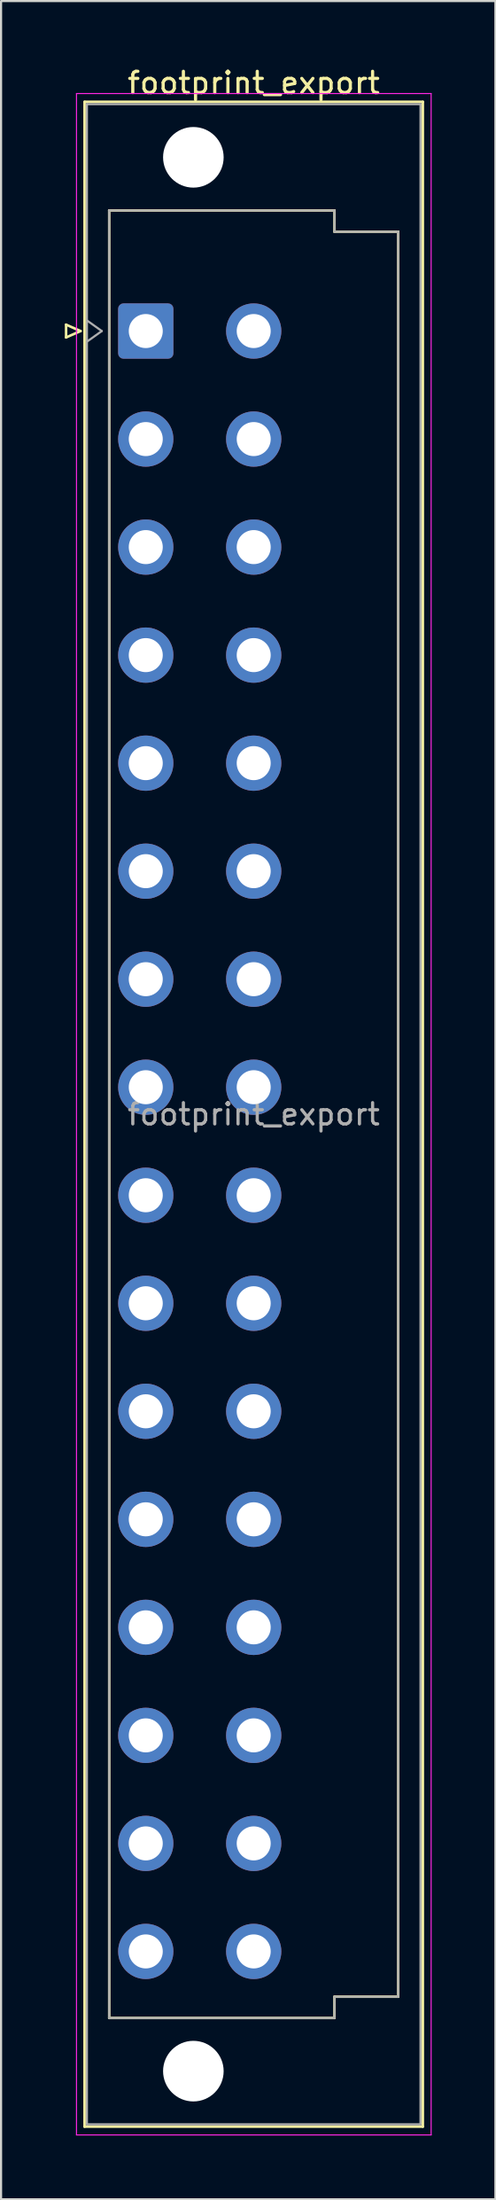
<source format=kicad_pcb>
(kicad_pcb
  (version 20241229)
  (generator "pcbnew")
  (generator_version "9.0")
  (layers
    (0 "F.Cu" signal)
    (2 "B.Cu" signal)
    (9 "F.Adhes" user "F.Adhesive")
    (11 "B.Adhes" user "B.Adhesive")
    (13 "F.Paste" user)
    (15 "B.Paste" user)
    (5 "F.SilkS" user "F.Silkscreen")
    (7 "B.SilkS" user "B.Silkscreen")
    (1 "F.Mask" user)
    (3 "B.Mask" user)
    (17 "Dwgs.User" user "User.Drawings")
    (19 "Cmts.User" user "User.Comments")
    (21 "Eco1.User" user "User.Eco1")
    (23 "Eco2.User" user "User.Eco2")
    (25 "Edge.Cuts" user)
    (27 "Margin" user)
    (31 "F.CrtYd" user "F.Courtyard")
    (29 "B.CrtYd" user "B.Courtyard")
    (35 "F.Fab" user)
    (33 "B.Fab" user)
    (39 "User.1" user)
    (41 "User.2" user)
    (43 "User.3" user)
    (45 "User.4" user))
  (footprint "footprint_export"
    (layer "F.Cu")
    (at 3.81 9.978)
    (property "Reference" "footprint_export" (at 5.08 -9.13 0) (layer "F.SilkS") (effects (font (size 1 1) (thickness 0.15))))
    (attr through_hole)
    (fp_line (start -3.75 2.24) (end -3.75 2.84) (stroke (width 0.12) (type solid)) (layer "F.SilkS"))
    (fp_line (start -3.75 2.84) (end -3.07 2.54) (stroke (width 0.12) (type solid)) (layer "F.SilkS"))
    (fp_line (start -3.07 2.54) (end -3.75 2.24) (stroke (width 0.12) (type solid)) (layer "F.SilkS"))
    (fp_line (start -2.88 -8.24) (end 13.04 -8.24) (stroke (width 0.12) (type solid)) (layer "F.SilkS"))
    (fp_line (start -2.88 86.98) (end -2.88 -8.24) (stroke (width 0.12) (type solid)) (layer "F.SilkS"))
    (fp_line (start -1.72 -3.131) (end 8.88 -3.131) (stroke (width 0.12) (type solid)) (layer "F.SilkS"))
    (fp_line (start -1.72 81.87) (end -1.72 -3.131) (stroke (width 0.12) (type solid)) (layer "F.SilkS"))
    (fp_line (start 8.88 -3.131) (end 8.88 -2.131) (stroke (width 0.12) (type solid)) (layer "F.SilkS"))
    (fp_line (start 8.88 -2.131) (end 11.88 -2.131) (stroke (width 0.12) (type solid)) (layer "F.SilkS"))
    (fp_line (start 8.88 80.87) (end 8.88 81.87) (stroke (width 0.12) (type solid)) (layer "F.SilkS"))
    (fp_line (start 8.88 81.87) (end -1.72 81.87) (stroke (width 0.12) (type solid)) (layer "F.SilkS"))
    (fp_line (start 11.88 -2.131) (end 11.88 80.87) (stroke (width 0.12) (type solid)) (layer "F.SilkS"))
    (fp_line (start 11.88 80.87) (end 8.88 80.87) (stroke (width 0.12) (type solid)) (layer "F.SilkS"))
    (fp_line (start 13.04 -8.24) (end 13.04 86.98) (stroke (width 0.12) (type solid)) (layer "F.SilkS"))
    (fp_line (start 13.04 86.98) (end -2.88 86.98) (stroke (width 0.12) (type solid)) (layer "F.SilkS"))
    (fp_line (start -3.26 -8.63) (end 13.43 -8.63) (stroke (width 0.05) (type solid)) (layer "F.CrtYd"))
    (fp_line (start -3.26 87.37) (end -3.26 -8.63) (stroke (width 0.05) (type solid)) (layer "F.CrtYd"))
    (fp_line (start 13.43 -8.63) (end 13.43 87.37) (stroke (width 0.05) (type solid)) (layer "F.CrtYd"))
    (fp_line (start 13.43 87.37) (end -3.26 87.37) (stroke (width 0.05) (type solid)) (layer "F.CrtYd"))
    (fp_line (start -2.77 -8.13) (end 12.93 -8.13) (stroke (width 0.1) (type solid)) (layer "F.Fab"))
    (fp_line (start -2.77 2.04) (end -2.07 2.54) (stroke (width 0.1) (type solid)) (layer "F.Fab"))
    (fp_line (start -2.77 86.87) (end -2.77 -8.13) (stroke (width 0.1) (type solid)) (layer "F.Fab"))
    (fp_line (start -2.07 2.54) (end -2.77 3.04) (stroke (width 0.1) (type solid)) (layer "F.Fab"))
    (fp_line (start -1.72 -3.13) (end 8.88 -3.13) (stroke (width 0.1) (type solid)) (layer "F.Fab"))
    (fp_line (start -1.72 81.87) (end -1.72 -3.13) (stroke (width 0.1) (type solid)) (layer "F.Fab"))
    (fp_line (start 8.88 -3.13) (end 8.88 -2.13) (stroke (width 0.1) (type solid)) (layer "F.Fab"))
    (fp_line (start 8.88 -2.13) (end 11.88 -2.13) (stroke (width 0.1) (type solid)) (layer "F.Fab"))
    (fp_line (start 8.88 80.87) (end 8.88 81.87) (stroke (width 0.1) (type solid)) (layer "F.Fab"))
    (fp_line (start 8.88 81.87) (end -1.72 81.87) (stroke (width 0.1) (type solid)) (layer "F.Fab"))
    (fp_line (start 11.88 -2.13) (end 11.88 80.87) (stroke (width 0.1) (type solid)) (layer "F.Fab"))
    (fp_line (start 11.88 80.87) (end 8.88 80.87) (stroke (width 0.1) (type solid)) (layer "F.Fab"))
    (fp_line (start 12.93 -8.13) (end 12.93 86.87) (stroke (width 0.1) (type solid)) (layer "F.Fab"))
    (fp_line (start 12.93 86.87) (end -2.77 86.87) (stroke (width 0.1) (type solid)) (layer "F.Fab"))
    (fp_text user "${REFERENCE}" (at 5.08 39.37 0) (layer "F.Fab") (effects (font (size 1 1) (thickness 0.15))))
    (pad "" np_thru_hole circle (at 2.24 -5.63) (size 2.85 2.85) (drill 2.85) (layers "*.Cu" "*.Mask"))
    (pad "" np_thru_hole circle (at 2.24 84.37) (size 2.85 2.85) (drill 2.85) (layers "*.Cu" "*.Mask"))
    (pad "a2" thru_hole roundrect (at 0 2.54) (size 2.6 2.6) (drill 1.6) (layers "*.Cu" "*.Mask") (roundrect_rratio 0.096))
    (pad "a4" thru_hole circle (at 0 7.62) (size 2.6 2.6) (drill 1.6) (layers "*.Cu" "*.Mask"))
    (pad "a6" thru_hole circle (at 0 12.7) (size 2.6 2.6) (drill 1.6) (layers "*.Cu" "*.Mask"))
    (pad "a8" thru_hole circle (at 0 17.78) (size 2.6 2.6) (drill 1.6) (layers "*.Cu" "*.Mask"))
    (pad "a10" thru_hole circle (at 0 22.86) (size 2.6 2.6) (drill 1.6) (layers "*.Cu" "*.Mask"))
    (pad "a12" thru_hole circle (at 0 27.94) (size 2.6 2.6) (drill 1.6) (layers "*.Cu" "*.Mask"))
    (pad "a14" thru_hole circle (at 0 33.02) (size 2.6 2.6) (drill 1.6) (layers "*.Cu" "*.Mask"))
    (pad "a16" thru_hole circle (at 0 38.1) (size 2.6 2.6) (drill 1.6) (layers "*.Cu" "*.Mask"))
    (pad "a18" thru_hole circle (at 0 43.18) (size 2.6 2.6) (drill 1.6) (layers "*.Cu" "*.Mask"))
    (pad "a20" thru_hole circle (at 0 48.26) (size 2.6 2.6) (drill 1.6) (layers "*.Cu" "*.Mask"))
    (pad "a22" thru_hole circle (at 0 53.34) (size 2.6 2.6) (drill 1.6) (layers "*.Cu" "*.Mask"))
    (pad "a24" thru_hole circle (at 0 58.42) (size 2.6 2.6) (drill 1.6) (layers "*.Cu" "*.Mask"))
    (pad "a26" thru_hole circle (at 0 63.5) (size 2.6 2.6) (drill 1.6) (layers "*.Cu" "*.Mask"))
    (pad "a28" thru_hole circle (at 0 68.58) (size 2.6 2.6) (drill 1.6) (layers "*.Cu" "*.Mask"))
    (pad "a30" thru_hole circle (at 0 73.66) (size 2.6 2.6) (drill 1.6) (layers "*.Cu" "*.Mask"))
    (pad "a32" thru_hole circle (at 0 78.74) (size 2.6 2.6) (drill 1.6) (layers "*.Cu" "*.Mask"))
    (pad "c2" thru_hole circle (at 5.08 2.54) (size 2.6 2.6) (drill 1.6) (layers "*.Cu" "*.Mask"))
    (pad "c4" thru_hole circle (at 5.08 7.62) (size 2.6 2.6) (drill 1.6) (layers "*.Cu" "*.Mask"))
    (pad "c6" thru_hole circle (at 5.08 12.7) (size 2.6 2.6) (drill 1.6) (layers "*.Cu" "*.Mask"))
    (pad "c8" thru_hole circle (at 5.08 17.78) (size 2.6 2.6) (drill 1.6) (layers "*.Cu" "*.Mask"))
    (pad "c10" thru_hole circle (at 5.08 22.86) (size 2.6 2.6) (drill 1.6) (layers "*.Cu" "*.Mask"))
    (pad "c12" thru_hole circle (at 5.08 27.94) (size 2.6 2.6) (drill 1.6) (layers "*.Cu" "*.Mask"))
    (pad "c14" thru_hole circle (at 5.08 33.02) (size 2.6 2.6) (drill 1.6) (layers "*.Cu" "*.Mask"))
    (pad "c16" thru_hole circle (at 5.08 38.1) (size 2.6 2.6) (drill 1.6) (layers "*.Cu" "*.Mask"))
    (pad "c18" thru_hole circle (at 5.08 43.18) (size 2.6 2.6) (drill 1.6) (layers "*.Cu" "*.Mask"))
    (pad "c20" thru_hole circle (at 5.08 48.26) (size 2.6 2.6) (drill 1.6) (layers "*.Cu" "*.Mask"))
    (pad "c22" thru_hole circle (at 5.08 53.34) (size 2.6 2.6) (drill 1.6) (layers "*.Cu" "*.Mask"))
    (pad "c24" thru_hole circle (at 5.08 58.42) (size 2.6 2.6) (drill 1.6) (layers "*.Cu" "*.Mask"))
    (pad "c26" thru_hole circle (at 5.08 63.5) (size 2.6 2.6) (drill 1.6) (layers "*.Cu" "*.Mask"))
    (pad "c28" thru_hole circle (at 5.08 68.58) (size 2.6 2.6) (drill 1.6) (layers "*.Cu" "*.Mask"))
    (pad "c30" thru_hole circle (at 5.08 73.66) (size 2.6 2.6) (drill 1.6) (layers "*.Cu" "*.Mask"))
    (pad "c32" thru_hole circle (at 5.08 78.74) (size 2.6 2.6) (drill 1.6) (layers "*.Cu" "*.Mask")))
  (gr_rect
    (start -3 -3)
    (end 20.265 100.373)
    (stroke (width 0.1) (type default))
    (fill no)
    (layer "Edge.Cuts")))
</source>
